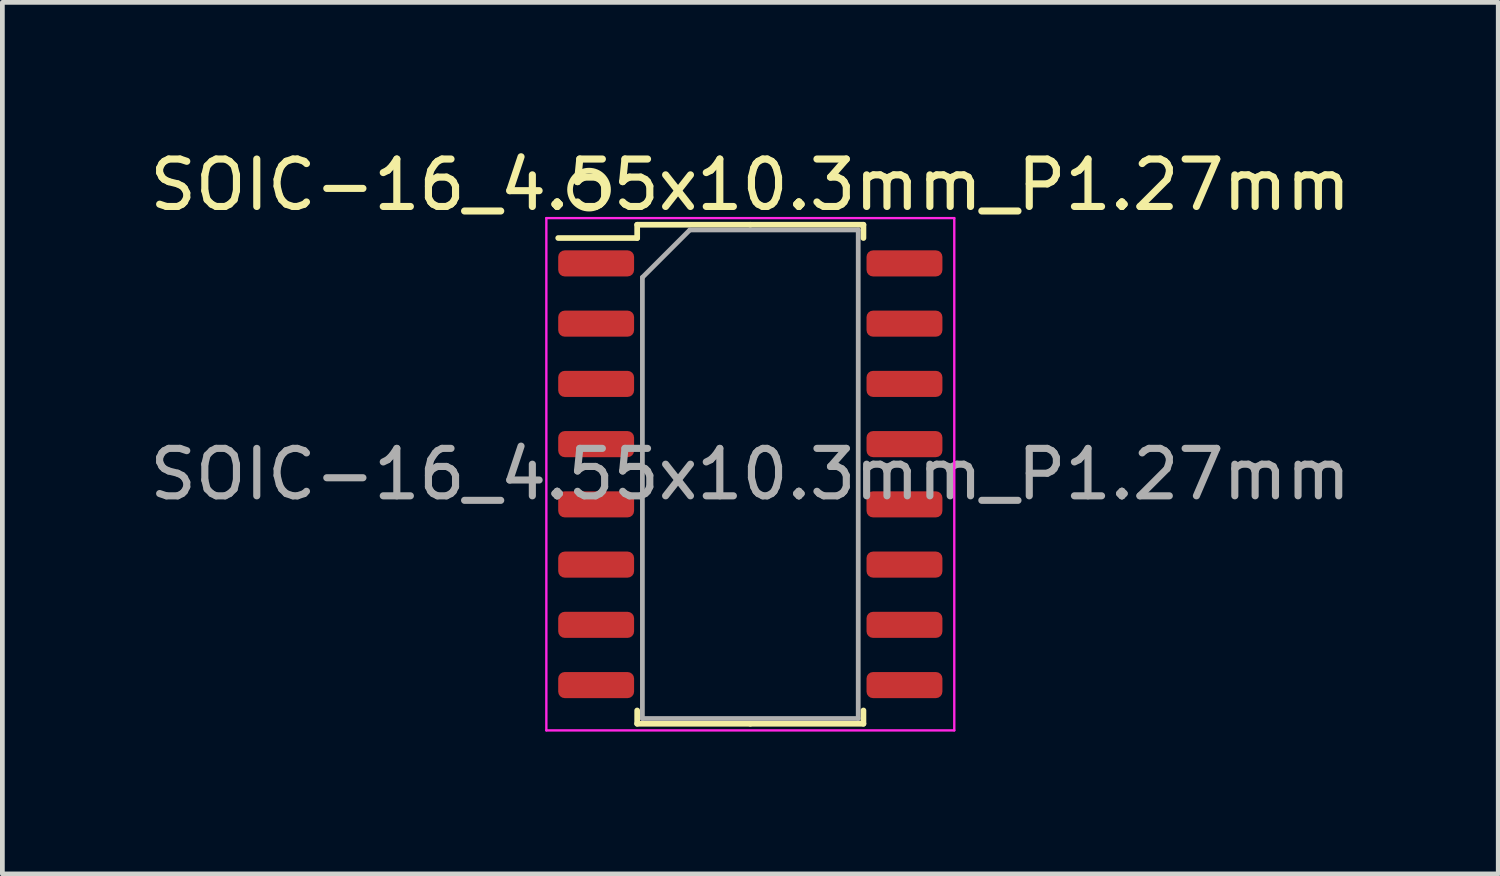
<source format=kicad_pcb>
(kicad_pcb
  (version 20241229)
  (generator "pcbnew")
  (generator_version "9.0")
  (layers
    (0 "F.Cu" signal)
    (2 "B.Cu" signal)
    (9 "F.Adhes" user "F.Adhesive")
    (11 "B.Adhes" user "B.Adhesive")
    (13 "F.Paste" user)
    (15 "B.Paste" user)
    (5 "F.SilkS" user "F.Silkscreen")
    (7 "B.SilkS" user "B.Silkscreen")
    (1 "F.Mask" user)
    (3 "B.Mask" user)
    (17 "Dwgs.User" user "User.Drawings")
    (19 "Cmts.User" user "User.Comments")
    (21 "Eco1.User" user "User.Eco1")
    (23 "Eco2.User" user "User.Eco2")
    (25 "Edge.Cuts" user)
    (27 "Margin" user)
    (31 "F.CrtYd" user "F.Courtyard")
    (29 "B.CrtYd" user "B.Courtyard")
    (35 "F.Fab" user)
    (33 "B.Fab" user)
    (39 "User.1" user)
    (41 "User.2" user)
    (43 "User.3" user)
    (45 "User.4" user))
  (footprint "SOIC-16_4.55x10.3mm_P1.27mm"
    (layer "F.Cu")
    (at 12.768 6.948)
    (property "Reference" "SOIC-16_4.55x10.3mm_P1.27mm" (at 0 -6.1 0) (layer "F.SilkS") (effects (font (size 1 1) (thickness 0.15))))
    (attr smd)
    (fp_line (start -2.385 -5.26) (end -2.385 -4.98) (stroke (width 0.12) (type solid)) (layer "F.SilkS"))
    (fp_line (start -2.385 -4.98) (end -4.05 -4.98) (stroke (width 0.12) (type solid)) (layer "F.SilkS"))
    (fp_line (start -2.385 5.26) (end -2.385 4.98) (stroke (width 0.12) (type solid)) (layer "F.SilkS"))
    (fp_line (start 0 -5.26) (end -2.385 -5.26) (stroke (width 0.12) (type solid)) (layer "F.SilkS"))
    (fp_line (start 0 -5.26) (end 2.385 -5.26) (stroke (width 0.12) (type solid)) (layer "F.SilkS"))
    (fp_line (start 0 5.26) (end -2.385 5.26) (stroke (width 0.12) (type solid)) (layer "F.SilkS"))
    (fp_line (start 0 5.26) (end 2.385 5.26) (stroke (width 0.12) (type solid)) (layer "F.SilkS"))
    (fp_line (start 2.385 -5.26) (end 2.385 -4.98) (stroke (width 0.12) (type solid)) (layer "F.SilkS"))
    (fp_line (start 2.385 5.26) (end 2.385 4.98) (stroke (width 0.12) (type solid)) (layer "F.SilkS"))
    (fp_circle (center -3.4 -6) (end -3 -6) (stroke (width 0.12) (type solid)) (fill no) (layer "F.SilkS"))
    (fp_line (start -4.3 -5.4) (end -4.3 5.4) (stroke (width 0.05) (type solid)) (layer "F.CrtYd"))
    (fp_line (start -4.3 5.4) (end 4.3 5.4) (stroke (width 0.05) (type solid)) (layer "F.CrtYd"))
    (fp_line (start 4.3 -5.4) (end -4.3 -5.4) (stroke (width 0.05) (type solid)) (layer "F.CrtYd"))
    (fp_line (start 4.3 5.4) (end 4.3 -5.4) (stroke (width 0.05) (type solid)) (layer "F.CrtYd"))
    (fp_line (start -2.275 -4.15) (end -1.275 -5.15) (stroke (width 0.1) (type solid)) (layer "F.Fab"))
    (fp_line (start -2.275 5.15) (end -2.275 -4.15) (stroke (width 0.1) (type solid)) (layer "F.Fab"))
    (fp_line (start -1.275 -5.15) (end 2.275 -5.15) (stroke (width 0.1) (type solid)) (layer "F.Fab"))
    (fp_line (start 2.275 -5.15) (end 2.275 5.15) (stroke (width 0.1) (type solid)) (layer "F.Fab"))
    (fp_line (start 2.275 5.15) (end -2.275 5.15) (stroke (width 0.1) (type solid)) (layer "F.Fab"))
    (fp_text user "${REFERENCE}" (at 0 0 0) (layer "F.Fab") (effects (font (size 1 1) (thickness 0.15))))
    (pad "1" smd roundrect (at -3.25 -4.445) (size 1.6 0.55) (layers "F.Cu" "F.Mask" "F.Paste") (roundrect_rratio 0.25))
    (pad "2" smd roundrect (at -3.25 -3.175) (size 1.6 0.55) (layers "F.Cu" "F.Mask" "F.Paste") (roundrect_rratio 0.25))
    (pad "3" smd roundrect (at -3.25 -1.905) (size 1.6 0.55) (layers "F.Cu" "F.Mask" "F.Paste") (roundrect_rratio 0.25))
    (pad "4" smd roundrect (at -3.25 -0.635) (size 1.6 0.55) (layers "F.Cu" "F.Mask" "F.Paste") (roundrect_rratio 0.25))
    (pad "5" smd roundrect (at -3.25 0.635) (size 1.6 0.55) (layers "F.Cu" "F.Mask" "F.Paste") (roundrect_rratio 0.25))
    (pad "6" smd roundrect (at -3.25 1.905) (size 1.6 0.55) (layers "F.Cu" "F.Mask" "F.Paste") (roundrect_rratio 0.25))
    (pad "7" smd roundrect (at -3.25 3.175) (size 1.6 0.55) (layers "F.Cu" "F.Mask" "F.Paste") (roundrect_rratio 0.25))
    (pad "8" smd roundrect (at -3.25 4.445) (size 1.6 0.55) (layers "F.Cu" "F.Mask" "F.Paste") (roundrect_rratio 0.25))
    (pad "9" smd roundrect (at 3.25 4.445) (size 1.6 0.55) (layers "F.Cu" "F.Mask" "F.Paste") (roundrect_rratio 0.25))
    (pad "10" smd roundrect (at 3.25 3.175) (size 1.6 0.55) (layers "F.Cu" "F.Mask" "F.Paste") (roundrect_rratio 0.25))
    (pad "11" smd roundrect (at 3.25 1.905) (size 1.6 0.55) (layers "F.Cu" "F.Mask" "F.Paste") (roundrect_rratio 0.25))
    (pad "12" smd roundrect (at 3.25 0.635) (size 1.6 0.55) (layers "F.Cu" "F.Mask" "F.Paste") (roundrect_rratio 0.25))
    (pad "13" smd roundrect (at 3.25 -0.635) (size 1.6 0.55) (layers "F.Cu" "F.Mask" "F.Paste") (roundrect_rratio 0.25))
    (pad "14" smd roundrect (at 3.25 -1.905) (size 1.6 0.55) (layers "F.Cu" "F.Mask" "F.Paste") (roundrect_rratio 0.25))
    (pad "15" smd roundrect (at 3.25 -3.175) (size 1.6 0.55) (layers "F.Cu" "F.Mask" "F.Paste") (roundrect_rratio 0.25))
    (pad "16" smd roundrect (at 3.25 -4.445) (size 1.6 0.55) (layers "F.Cu" "F.Mask" "F.Paste") (roundrect_rratio 0.25)))
  (gr_rect
    (start -3 -3)
    (end 28.536 15.373)
    (stroke (width 0.1) (type default))
    (fill no)
    (layer "Edge.Cuts")))
</source>
